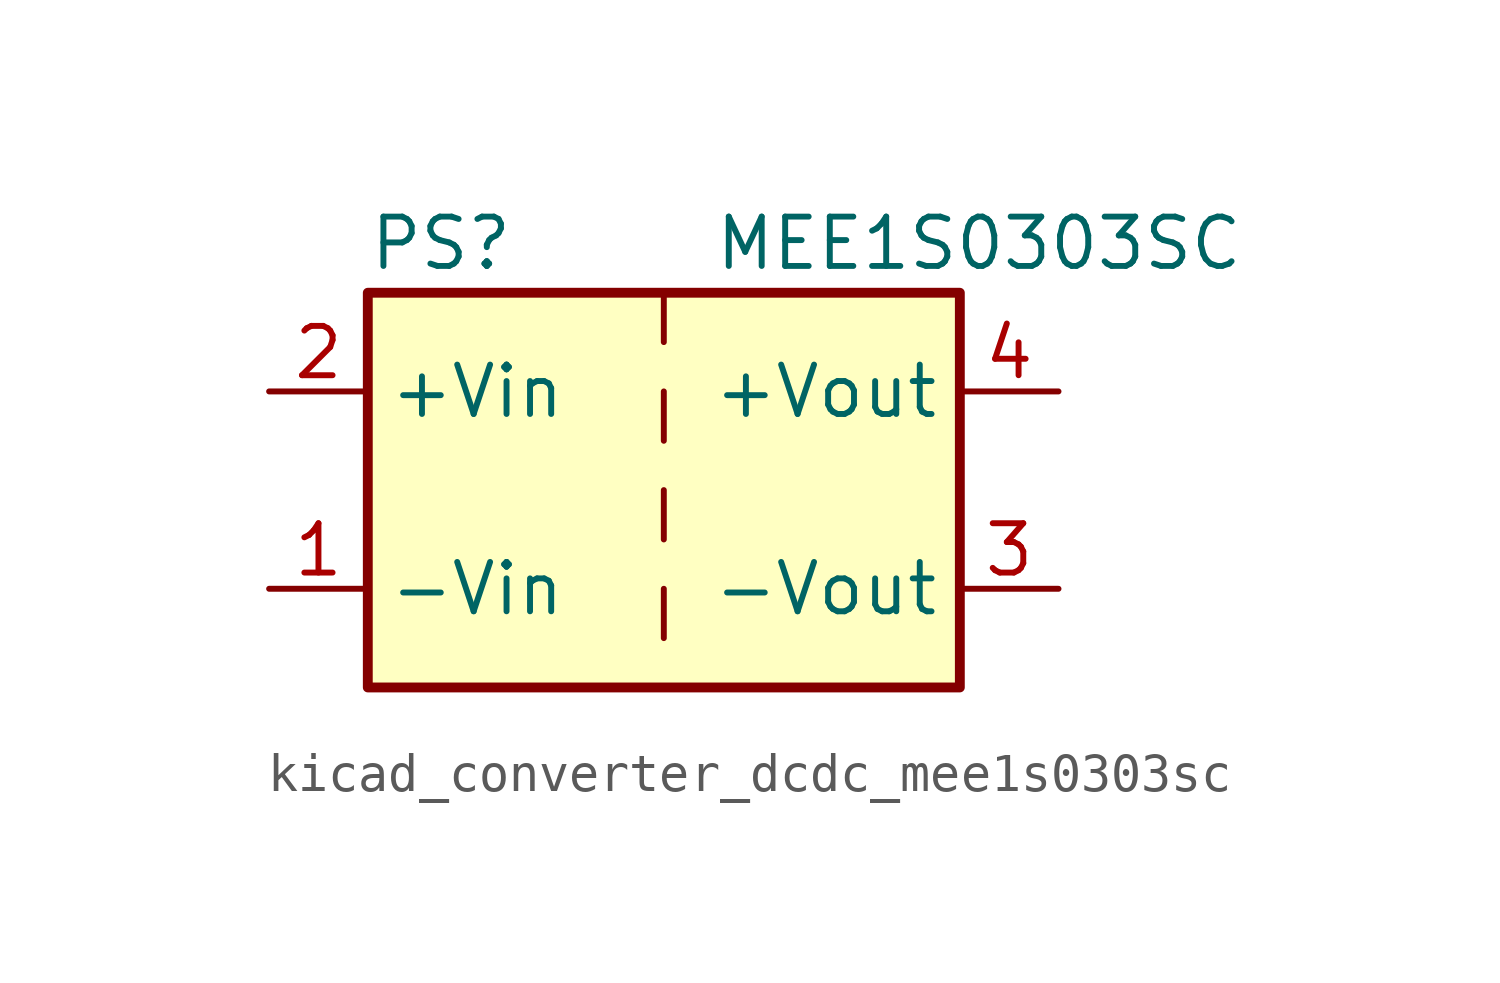
<source format=kicad_sym>
(kicad_symbol_lib
  (version 20220914)
  (generator kicad_symbol_editor)
  (symbol "kicad_converter_dcdc_mee1s0303sc"
    (property "Reference" "PS"
      (at -7.62 6.35 0)
      (effects (font (size 1.27 1.27)) (justify left)))
    (property "Value" "MEE1S0303SC"
      (at 1.27 6.35 0)
      (effects (font (size 1.27 1.27)) (justify left)))
    (symbol "kicad_converter_dcdc_mee1s0303sc_0_0"
      (pin power_in line (at -10.16 -2.54 0) (length 2.54) (name "-Vin" (effects (font (size 1.27 1.27)))) (number "1" (effects (font (size 1.27 1.27)))))
      (pin power_in line (at -10.16 2.54 0) (length 2.54) (name "+Vin" (effects (font (size 1.27 1.27)))) (number "2" (effects (font (size 1.27 1.27)))))
      (pin power_out line (at 10.16 -2.54 180) (length 2.54) (name "-Vout" (effects (font (size 1.27 1.27)))) (number "3" (effects (font (size 1.27 1.27)))))
      (pin power_out line (at 10.16 2.54 180) (length 2.54) (name "+Vout" (effects (font (size 1.27 1.27)))) (number "4" (effects (font (size 1.27 1.27))))))
    (symbol "kicad_converter_dcdc_mee1s0303sc_0_1"
      (rectangle (start -7.62 5.08) (end 7.62 -5.08) (stroke (width 0.254) (type default)) (fill (type background)))
      (polyline (pts (xy 0 -2.54) (xy 0 -3.81)) (stroke (width 0) (type default)) (fill (type none)))
      (polyline (pts (xy 0 0) (xy 0 -1.27)) (stroke (width 0) (type default)) (fill (type none)))
      (polyline (pts (xy 0 2.54) (xy 0 1.27)) (stroke (width 0) (type default)) (fill (type none)))
      (polyline (pts (xy 0 5.08) (xy 0 3.81)) (stroke (width 0) (type default)) (fill (type none))))))
</source>
